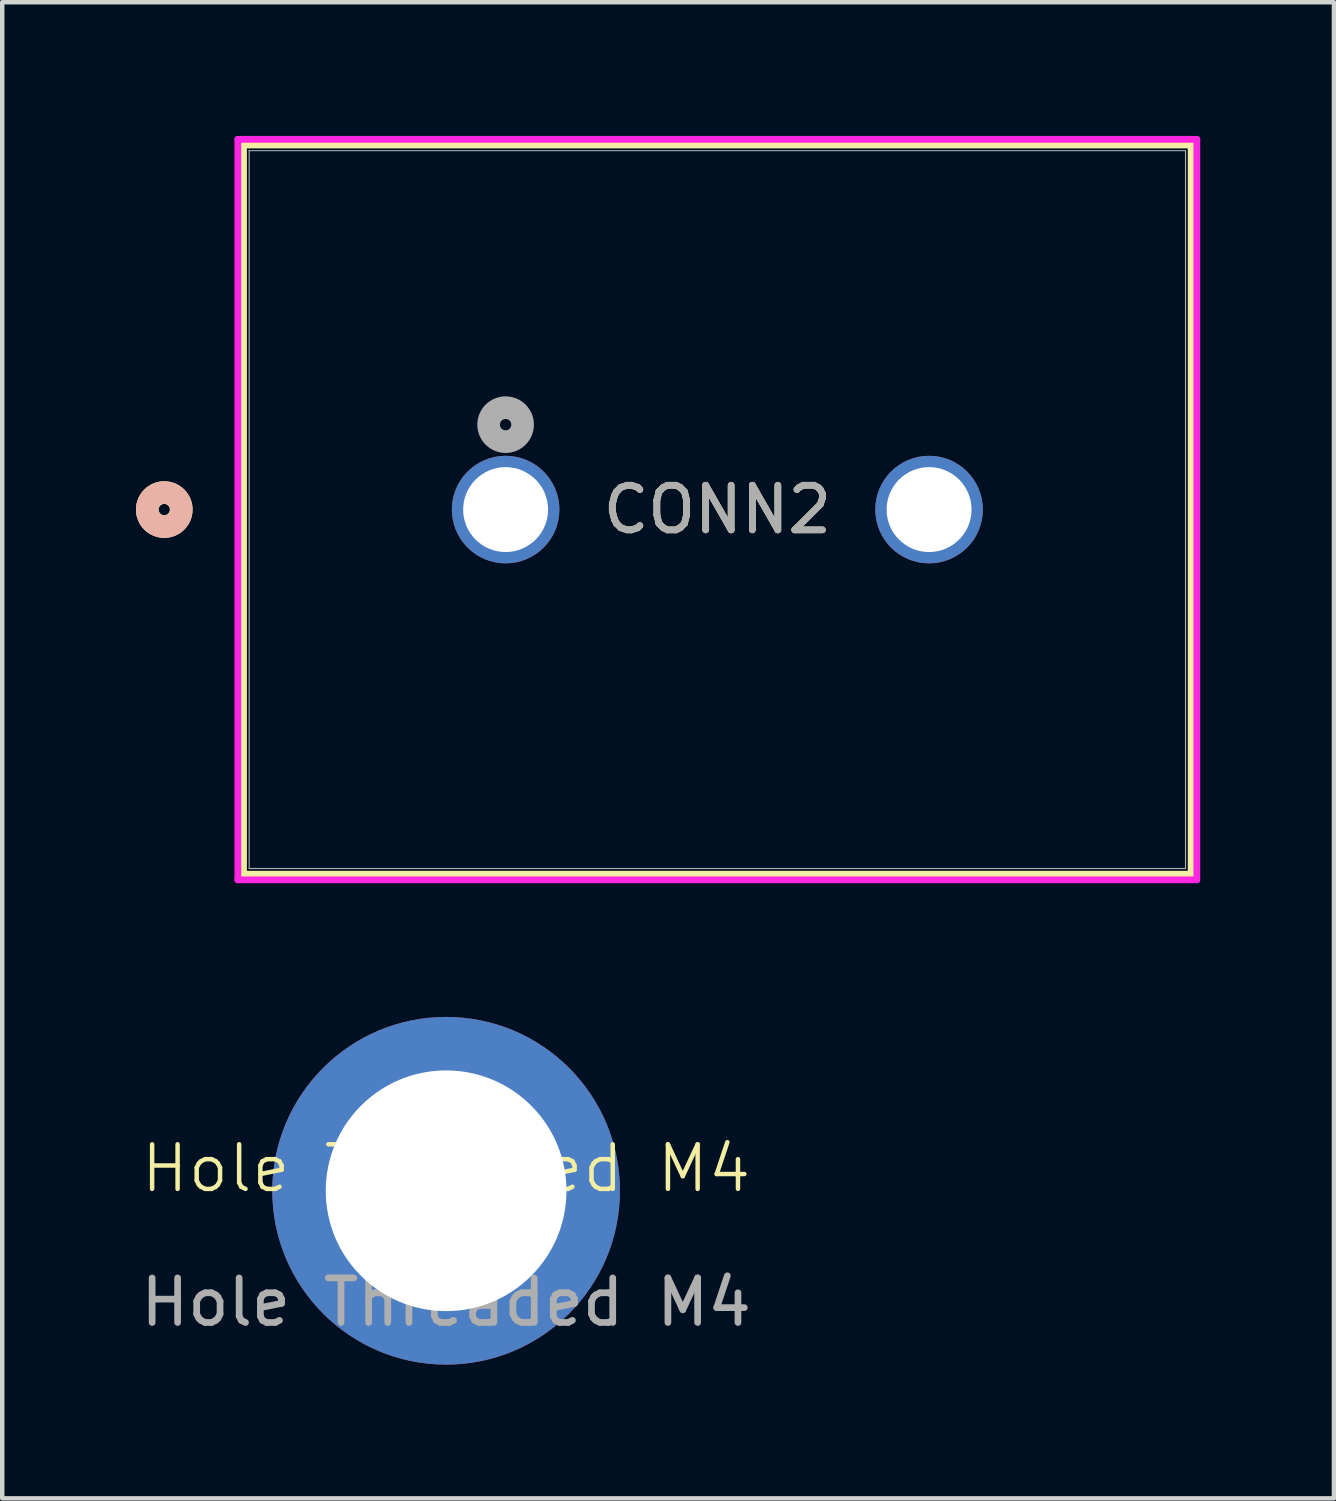
<source format=kicad_pcb>
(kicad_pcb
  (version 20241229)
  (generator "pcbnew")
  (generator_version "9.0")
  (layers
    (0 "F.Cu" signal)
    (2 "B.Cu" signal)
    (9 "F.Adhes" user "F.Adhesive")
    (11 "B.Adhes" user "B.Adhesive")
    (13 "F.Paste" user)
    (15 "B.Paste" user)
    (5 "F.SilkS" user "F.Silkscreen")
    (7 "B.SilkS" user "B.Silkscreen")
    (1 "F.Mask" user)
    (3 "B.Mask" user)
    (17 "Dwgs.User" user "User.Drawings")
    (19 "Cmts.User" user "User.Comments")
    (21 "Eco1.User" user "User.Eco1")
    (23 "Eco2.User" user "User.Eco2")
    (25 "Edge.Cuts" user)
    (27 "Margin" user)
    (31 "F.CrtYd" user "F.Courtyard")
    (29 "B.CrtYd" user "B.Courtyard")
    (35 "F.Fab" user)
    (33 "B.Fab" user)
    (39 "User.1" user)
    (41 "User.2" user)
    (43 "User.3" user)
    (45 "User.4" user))
  (footprint "Hole Threaded M4"
    (layer "F.Cu")
    (at 6.958 23.664)
    (property "Reference" "Hole Threaded M4" (at 0 -0.5 0) (unlocked yes) (layer "F.SilkS") (effects (font (size 1 1) (thickness 0.1))))
    (attr smd)
    (fp_text user "${REFERENCE}" (at 0 2.5 0) (unlocked yes) (layer "F.Fab") (effects (font (size 1 1) (thickness 0.15))))
    (pad "1" thru_hole circle (at 0 0) (size 7.8 7.8) (drill 5.4) (layers "*.Cu" "*.Mask")))
  (footprint "CONN2"
    (layer "F.Cu")
    (at 8.293 8.382)
    (property "Reference" "CONN2" (at 4.75 0 0) (unlocked yes) (layer "F.SilkS") (effects (font (size 1 1) (thickness 0.15))))
    (attr through_hole)
    (fp_line (start -5.88 -8.179) (end -5.88 8.179) (stroke (width 0.152) (type solid)) (layer "F.SilkS"))
    (fp_line (start -5.88 8.179) (end 15.38 8.179) (stroke (width 0.152) (type solid)) (layer "F.SilkS"))
    (fp_line (start 15.38 -8.179) (end -5.88 -8.179) (stroke (width 0.152) (type solid)) (layer "F.SilkS"))
    (fp_line (start 15.38 8.179) (end 15.38 -8.179) (stroke (width 0.152) (type solid)) (layer "F.SilkS"))
    (fp_circle (center -7.658 0) (end -7.277 0) (stroke (width 0.508) (type solid)) (fill no) (layer "F.SilkS"))
    (fp_circle (center -7.658 0) (end -7.277 0) (stroke (width 0.508) (type solid)) (fill no) (layer "B.SilkS"))
    (fp_line (start -6.007 -8.306) (end -6.007 8.306) (stroke (width 0.152) (type solid)) (layer "F.CrtYd"))
    (fp_line (start -6.007 8.306) (end 15.507 8.306) (stroke (width 0.152) (type solid)) (layer "F.CrtYd"))
    (fp_line (start 15.507 -8.306) (end -6.007 -8.306) (stroke (width 0.152) (type solid)) (layer "F.CrtYd"))
    (fp_line (start 15.507 8.306) (end 15.507 -8.306) (stroke (width 0.152) (type solid)) (layer "F.CrtYd"))
    (fp_line (start -5.753 -8.052) (end -5.753 8.052) (stroke (width 0.025) (type solid)) (layer "F.Fab"))
    (fp_line (start -5.753 8.052) (end 15.253 8.052) (stroke (width 0.025) (type solid)) (layer "F.Fab"))
    (fp_line (start 15.253 -8.052) (end -5.753 -8.052) (stroke (width 0.025) (type solid)) (layer "F.Fab"))
    (fp_line (start 15.253 8.052) (end 15.253 -8.052) (stroke (width 0.025) (type solid)) (layer "F.Fab"))
    (fp_circle (center 0 -1.905) (end 0.381 -1.905) (stroke (width 0.508) (type solid)) (fill no) (layer "F.Fab"))
    (fp_text user "${REFERENCE}" (at 4.75 0 0) (unlocked yes) (layer "F.Fab") (effects (font (size 1 1) (thickness 0.15))))
    (pad "1" thru_hole circle (at 0 0) (size 2.413 2.413) (drill 1.905) (layers "*.Cu" "*.Mask"))
    (pad "2" thru_hole circle (at 9.5 0) (size 2.413 2.413) (drill 1.905) (layers "*.Cu" "*.Mask")))
  (gr_rect
    (start -3 -3)
    (end 26.876 30.564)
    (stroke (width 0.1) (type default))
    (fill no)
    (layer "Edge.Cuts")))
</source>
